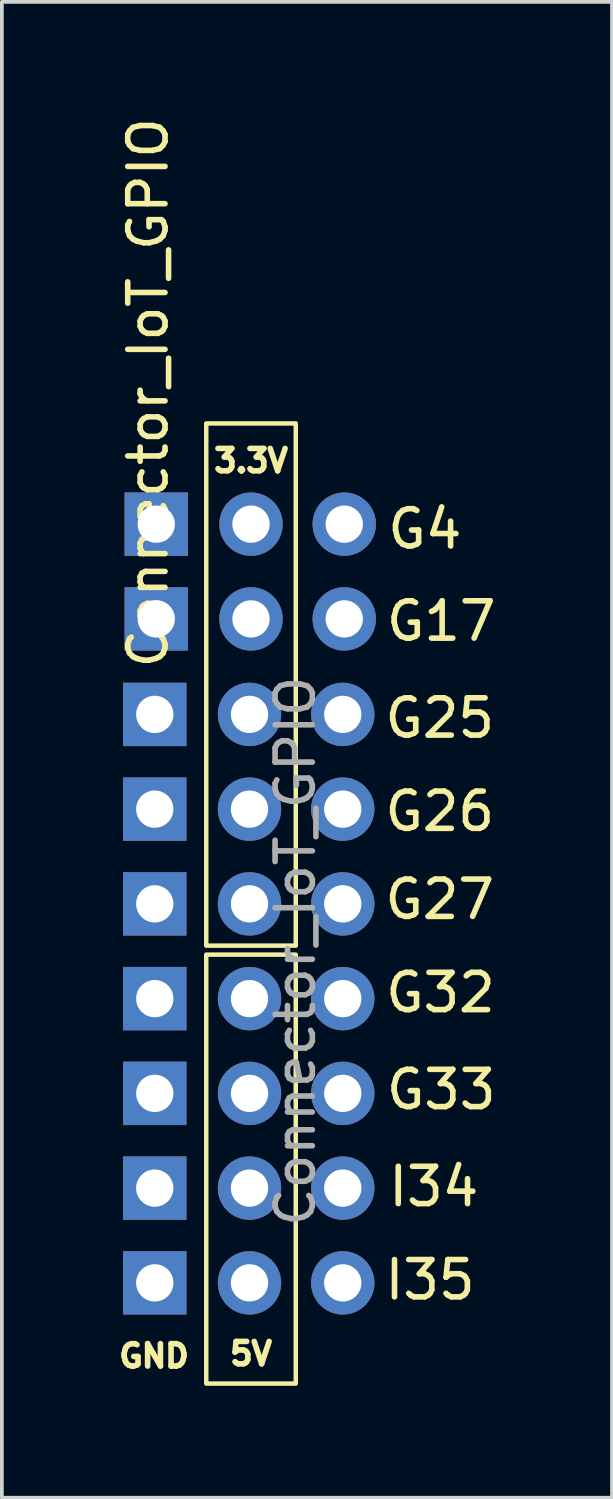
<source format=kicad_pcb>
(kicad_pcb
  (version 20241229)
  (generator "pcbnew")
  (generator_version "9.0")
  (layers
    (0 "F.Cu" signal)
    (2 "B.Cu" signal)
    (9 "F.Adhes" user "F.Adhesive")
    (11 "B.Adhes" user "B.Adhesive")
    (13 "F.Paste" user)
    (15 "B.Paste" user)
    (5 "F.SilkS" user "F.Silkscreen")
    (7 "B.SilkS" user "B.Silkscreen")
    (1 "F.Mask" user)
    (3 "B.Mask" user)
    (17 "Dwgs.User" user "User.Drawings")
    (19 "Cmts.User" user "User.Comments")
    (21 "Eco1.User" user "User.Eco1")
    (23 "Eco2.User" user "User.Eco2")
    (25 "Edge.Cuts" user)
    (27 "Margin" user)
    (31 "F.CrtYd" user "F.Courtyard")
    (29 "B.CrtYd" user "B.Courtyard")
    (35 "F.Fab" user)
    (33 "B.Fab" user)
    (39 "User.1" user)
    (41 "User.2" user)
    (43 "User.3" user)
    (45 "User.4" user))
  (footprint "Connector_IoT_GPIO"
    (layer "F.Cu")
    (at 7.479 7.802)
    (property "Reference" "Connector_IoT_GPIO" (at -6.56 -0.32 90) (unlocked yes) (layer "F.SilkS") (effects (font (size 1 1) (thickness 0.15))))
    (attr through_hole exclude_from_bom)
    (fp_rect (start -5 0.5) (end -2.6 14.5) (stroke (width 0.12) (type solid)) (fill no) (layer "F.SilkS"))
    (fp_rect (start -5 14.74) (end -2.6 26.24) (stroke (width 0.12) (type solid)) (fill no) (layer "F.SilkS"))
    (fp_text user "G27" (at 1.26 13.26 0) (unlocked yes) (layer "F.SilkS") (effects (font (size 1 1) (thickness 0.15))))
    (fp_text user "G26" (at 1.26 10.9 0) (unlocked yes) (layer "F.SilkS") (effects (font (size 1 1) (thickness 0.15))))
    (fp_text user "G33" (at 1.3 18.36 0) (unlocked yes) (layer "F.SilkS") (effects (font (size 1 1) (thickness 0.15))))
    (fp_text user "I35" (at 1 23.46 0) (unlocked yes) (layer "F.SilkS") (effects (font (size 1 1) (thickness 0.15))))
    (fp_text user "G25" (at 1.26 8.4 0) (unlocked yes) (layer "F.SilkS") (effects (font (size 1 1) (thickness 0.15))))
    (fp_text user "G4" (at 0.86 3.33 0) (unlocked yes) (layer "F.SilkS") (effects (font (size 1 1) (thickness 0.15))))
    (fp_text user "G17" (at 1.3 5.8 0) (unlocked yes) (layer "F.SilkS") (effects (font (size 1 1) (thickness 0.15))))
    (fp_text user "3.3V" (at -3.8 1.5 0) (unlocked yes) (layer "F.SilkS") (effects (font (size 0.6 0.6) (thickness 0.15))))
    (fp_text user "5V" (at -3.8 25.44 0) (unlocked yes) (layer "F.SilkS") (effects (font (size 0.6 0.6) (thickness 0.15))))
    (fp_text user "GND" (at -6.4 25.5 0) (unlocked yes) (layer "F.SilkS") (effects (font (size 0.6 0.6) (thickness 0.15))))
    (fp_text user "I34" (at 1.1 20.96 0) (unlocked yes) (layer "F.SilkS") (effects (font (size 1 1) (thickness 0.15))))
    (fp_text user "G32" (at 1.28 15.76 0) (unlocked yes) (layer "F.SilkS") (effects (font (size 1 1) (thickness 0.15))))
    (fp_text user "${REFERENCE}" (at -2.61 14.65 270) (layer "F.Fab") (effects (font (size 1 1) (thickness 0.15))))
    (pad "1" thru_hole rect (at -6.38 8.3 180) (size 1.7 1.7) (drill 1) (layers "*.Cu" "*.Mask"))
    (pad "1" thru_hole rect (at -6.38 10.84 180) (size 1.7 1.7) (drill 1) (layers "*.Cu" "*.Mask"))
    (pad "1" thru_hole rect (at -6.38 13.38 180) (size 1.7 1.7) (drill 1) (layers "*.Cu" "*.Mask"))
    (pad "1" thru_hole rect (at -6.38 15.92 180) (size 1.7 1.7) (drill 1) (layers "*.Cu" "*.Mask"))
    (pad "1" thru_hole rect (at -6.38 18.46 180) (size 1.7 1.7) (drill 1) (layers "*.Cu" "*.Mask"))
    (pad "1" thru_hole rect (at -6.38 21 180) (size 1.7 1.7) (drill 1) (layers "*.Cu" "*.Mask"))
    (pad "1" thru_hole rect (at -6.38 23.54 180) (size 1.7 1.7) (drill 1) (layers "*.Cu" "*.Mask"))
    (pad "1" thru_hole rect (at -6.34 3.2 180) (size 1.7 1.7) (drill 1) (layers "*.Cu" "*.Mask"))
    (pad "1" thru_hole rect (at -6.34 5.74 180) (size 1.7 1.7) (drill 1) (layers "*.Cu" "*.Mask"))
    (pad "2" thru_hole oval (at -3.84 8.3 180) (size 1.7 1.7) (drill 1) (layers "*.Cu" "*.Mask"))
    (pad "2" thru_hole oval (at -3.84 10.84 180) (size 1.7 1.7) (drill 1) (layers "*.Cu" "*.Mask"))
    (pad "2" thru_hole oval (at -3.84 13.38 180) (size 1.7 1.7) (drill 1) (layers "*.Cu" "*.Mask"))
    (pad "2" thru_hole oval (at -3.8 3.2 180) (size 1.7 1.7) (drill 1) (layers "*.Cu" "*.Mask"))
    (pad "2" thru_hole oval (at -3.8 5.74 180) (size 1.7 1.7) (drill 1) (layers "*.Cu" "*.Mask"))
    (pad "3" thru_hole oval (at -3.84 15.92 180) (size 1.7 1.7) (drill 1) (layers "*.Cu" "*.Mask"))
    (pad "3" thru_hole oval (at -3.84 18.46 180) (size 1.7 1.7) (drill 1) (layers "*.Cu" "*.Mask"))
    (pad "3" thru_hole oval (at -3.84 21 180) (size 1.7 1.7) (drill 1) (layers "*.Cu" "*.Mask"))
    (pad "3" thru_hole oval (at -3.84 23.54 180) (size 1.7 1.7) (drill 1) (layers "*.Cu" "*.Mask"))
    (pad "6" thru_hole oval (at -1.34 23.54 180) (size 1.7 1.7) (drill 1) (layers "*.Cu" "*.Mask"))
    (pad "7" thru_hole oval (at -1.34 21 180) (size 1.7 1.7) (drill 1) (layers "*.Cu" "*.Mask"))
    (pad "8" thru_hole oval (at -1.34 18.46 180) (size 1.7 1.7) (drill 1) (layers "*.Cu" "*.Mask"))
    (pad "9" thru_hole oval (at -1.34 15.92 180) (size 1.7 1.7) (drill 1) (layers "*.Cu" "*.Mask"))
    (pad "10" thru_hole oval (at -1.34 13.38 180) (size 1.7 1.7) (drill 1) (layers "*.Cu" "*.Mask"))
    (pad "11" thru_hole oval (at -1.34 10.84 180) (size 1.7 1.7) (drill 1) (layers "*.Cu" "*.Mask"))
    (pad "12" thru_hole oval (at -1.34 8.3 180) (size 1.7 1.7) (drill 1) (layers "*.Cu" "*.Mask"))
    (pad "13" thru_hole oval (at -1.3 5.74 180) (size 1.7 1.7) (drill 1) (layers "*.Cu" "*.Mask"))
    (pad "14" thru_hole oval (at -1.3 3.2 180) (size 1.7 1.7) (drill 1) (layers "*.Cu" "*.Mask")))
  (gr_rect
    (start -3 -3)
    (end 13.357 37.102)
    (stroke (width 0.1) (type default))
    (fill no)
    (layer "Edge.Cuts")))
</source>
